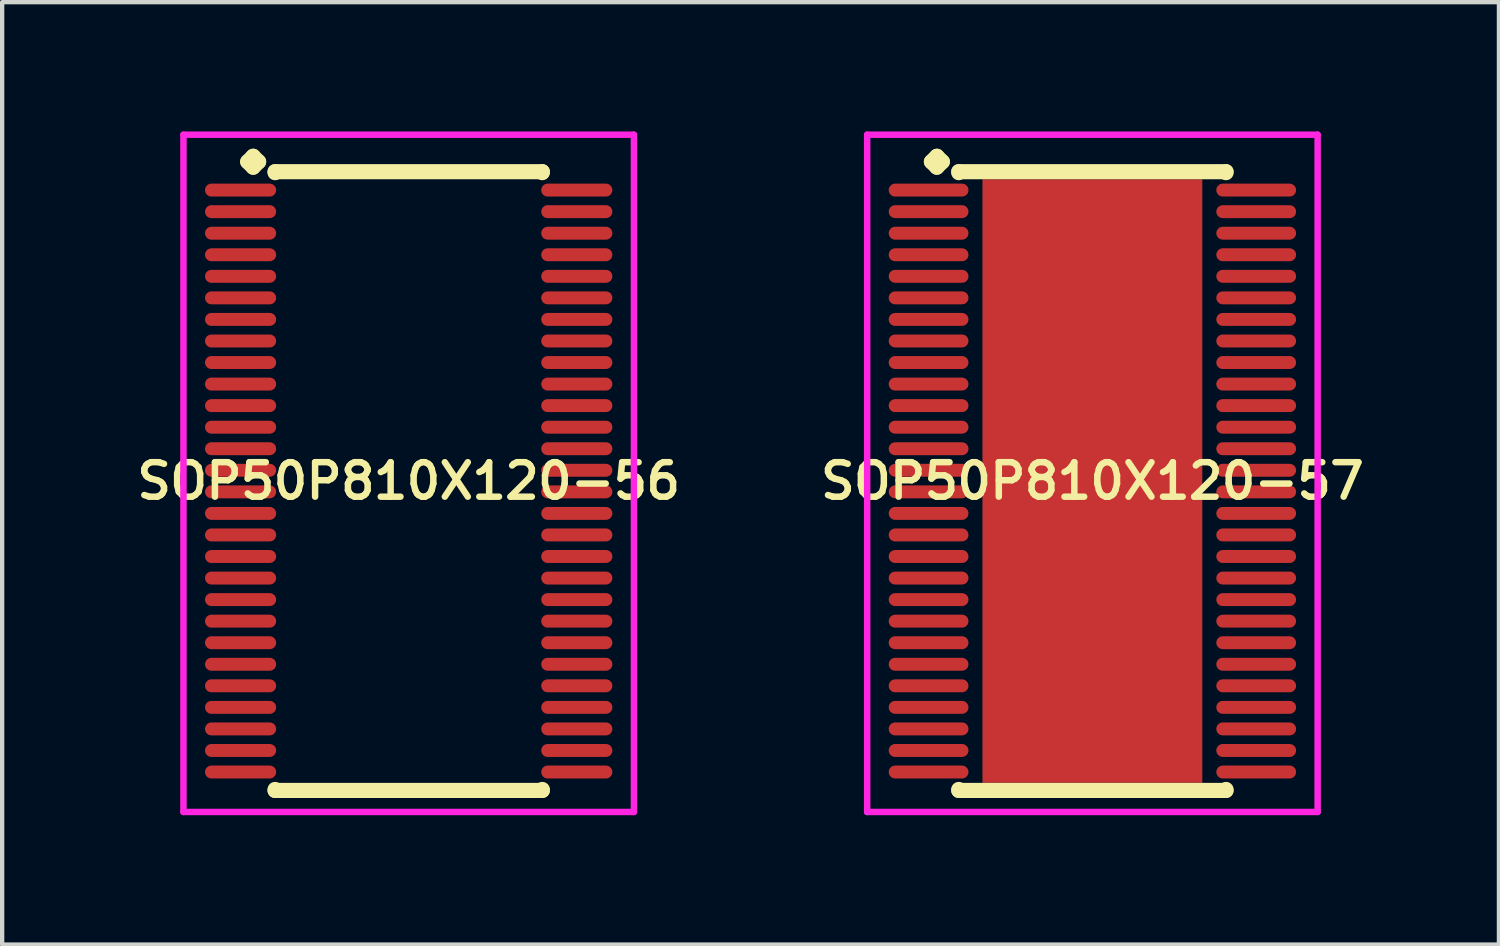
<source format=kicad_pcb>
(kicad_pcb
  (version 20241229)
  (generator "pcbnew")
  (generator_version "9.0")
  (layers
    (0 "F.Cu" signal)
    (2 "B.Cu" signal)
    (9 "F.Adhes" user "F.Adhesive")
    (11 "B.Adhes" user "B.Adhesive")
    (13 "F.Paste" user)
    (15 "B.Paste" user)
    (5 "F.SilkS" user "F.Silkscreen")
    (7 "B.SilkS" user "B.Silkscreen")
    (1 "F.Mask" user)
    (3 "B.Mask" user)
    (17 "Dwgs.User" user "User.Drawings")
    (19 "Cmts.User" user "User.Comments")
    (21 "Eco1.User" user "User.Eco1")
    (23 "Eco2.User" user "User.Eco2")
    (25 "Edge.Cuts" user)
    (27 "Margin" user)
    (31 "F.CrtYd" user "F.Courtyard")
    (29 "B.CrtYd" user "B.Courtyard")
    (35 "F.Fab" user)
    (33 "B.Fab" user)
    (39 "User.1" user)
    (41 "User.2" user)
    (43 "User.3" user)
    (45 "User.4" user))
  (footprint "SOP50P810X120-56"
    (layer "F.Cu")
    (at 6.431 8.11)
    (property "Reference" "SOP50P810X120-56" (at 0 0 0) (layer "F.SilkS") (effects (font (size 0.8 0.8) (thickness 0.15))))
    (attr smd)
    (fp_line (start -3.735 -7.408) (end -3.608 -7.535) (stroke (width 0.35) (type solid)) (layer "F.SilkS"))
    (fp_line (start -3.608 -7.535) (end -3.481 -7.408) (stroke (width 0.35) (type solid)) (layer "F.SilkS"))
    (fp_line (start -3.608 -7.281) (end -3.735 -7.408) (stroke (width 0.35) (type solid)) (layer "F.SilkS"))
    (fp_line (start -3.481 -7.408) (end -3.608 -7.281) (stroke (width 0.35) (type solid)) (layer "F.SilkS"))
    (fp_line (start -3.1 -7.177) (end 3.1 -7.177) (stroke (width 0.35) (type solid)) (layer "F.SilkS"))
    (fp_line (start -3.1 -7.154) (end -3.1 -7.177) (stroke (width 0.35) (type solid)) (layer "F.SilkS"))
    (fp_line (start -3.1 7.154) (end -3.1 7.177) (stroke (width 0.35) (type solid)) (layer "F.SilkS"))
    (fp_line (start -3.1 7.177) (end 3.1 7.177) (stroke (width 0.35) (type solid)) (layer "F.SilkS"))
    (fp_line (start 3.1 -7.177) (end 3.1 -7.154) (stroke (width 0.35) (type solid)) (layer "F.SilkS"))
    (fp_line (start 3.1 7.177) (end 3.1 7.154) (stroke (width 0.35) (type solid)) (layer "F.SilkS"))
    (fp_line (start -5.225 -8.035) (end 5.225 -8.035) (stroke (width 0.15) (type solid)) (layer "F.CrtYd"))
    (fp_line (start -5.225 7.677) (end -5.225 -8.035) (stroke (width 0.15) (type solid)) (layer "F.CrtYd"))
    (fp_line (start 5.225 -8.035) (end 5.225 7.677) (stroke (width 0.15) (type solid)) (layer "F.CrtYd"))
    (fp_line (start 5.225 7.677) (end -5.225 7.677) (stroke (width 0.15) (type solid)) (layer "F.CrtYd"))
    (pad "1" smd oval (at -3.9 -6.75) (size 1.65 0.3) (layers "F.Cu" "F.Mask" "F.Paste"))
    (pad "2" smd oval (at -3.9 -6.25) (size 1.65 0.3) (layers "F.Cu" "F.Mask" "F.Paste"))
    (pad "3" smd oval (at -3.9 -5.75) (size 1.65 0.3) (layers "F.Cu" "F.Mask" "F.Paste"))
    (pad "4" smd oval (at -3.9 -5.25) (size 1.65 0.3) (layers "F.Cu" "F.Mask" "F.Paste"))
    (pad "5" smd oval (at -3.9 -4.75) (size 1.65 0.3) (layers "F.Cu" "F.Mask" "F.Paste"))
    (pad "6" smd oval (at -3.9 -4.25) (size 1.65 0.3) (layers "F.Cu" "F.Mask" "F.Paste"))
    (pad "7" smd oval (at -3.9 -3.75) (size 1.65 0.3) (layers "F.Cu" "F.Mask" "F.Paste"))
    (pad "8" smd oval (at -3.9 -3.25) (size 1.65 0.3) (layers "F.Cu" "F.Mask" "F.Paste"))
    (pad "9" smd oval (at -3.9 -2.75) (size 1.65 0.3) (layers "F.Cu" "F.Mask" "F.Paste"))
    (pad "10" smd oval (at -3.9 -2.25) (size 1.65 0.3) (layers "F.Cu" "F.Mask" "F.Paste"))
    (pad "11" smd oval (at -3.9 -1.75) (size 1.65 0.3) (layers "F.Cu" "F.Mask" "F.Paste"))
    (pad "12" smd oval (at -3.9 -1.25) (size 1.65 0.3) (layers "F.Cu" "F.Mask" "F.Paste"))
    (pad "13" smd oval (at -3.9 -0.75) (size 1.65 0.3) (layers "F.Cu" "F.Mask" "F.Paste"))
    (pad "14" smd oval (at -3.9 -0.25) (size 1.65 0.3) (layers "F.Cu" "F.Mask" "F.Paste"))
    (pad "15" smd oval (at -3.9 0.25) (size 1.65 0.3) (layers "F.Cu" "F.Mask" "F.Paste"))
    (pad "16" smd oval (at -3.9 0.75) (size 1.65 0.3) (layers "F.Cu" "F.Mask" "F.Paste"))
    (pad "17" smd oval (at -3.9 1.25) (size 1.65 0.3) (layers "F.Cu" "F.Mask" "F.Paste"))
    (pad "18" smd oval (at -3.9 1.75) (size 1.65 0.3) (layers "F.Cu" "F.Mask" "F.Paste"))
    (pad "19" smd oval (at -3.9 2.25) (size 1.65 0.3) (layers "F.Cu" "F.Mask" "F.Paste"))
    (pad "20" smd oval (at -3.9 2.75) (size 1.65 0.3) (layers "F.Cu" "F.Mask" "F.Paste"))
    (pad "21" smd oval (at -3.9 3.25) (size 1.65 0.3) (layers "F.Cu" "F.Mask" "F.Paste"))
    (pad "22" smd oval (at -3.9 3.75) (size 1.65 0.3) (layers "F.Cu" "F.Mask" "F.Paste"))
    (pad "23" smd oval (at -3.9 4.25) (size 1.65 0.3) (layers "F.Cu" "F.Mask" "F.Paste"))
    (pad "24" smd oval (at -3.9 4.75) (size 1.65 0.3) (layers "F.Cu" "F.Mask" "F.Paste"))
    (pad "25" smd oval (at -3.9 5.25) (size 1.65 0.3) (layers "F.Cu" "F.Mask" "F.Paste"))
    (pad "26" smd oval (at -3.9 5.75) (size 1.65 0.3) (layers "F.Cu" "F.Mask" "F.Paste"))
    (pad "27" smd oval (at -3.9 6.25) (size 1.65 0.3) (layers "F.Cu" "F.Mask" "F.Paste"))
    (pad "28" smd oval (at -3.9 6.75) (size 1.65 0.3) (layers "F.Cu" "F.Mask" "F.Paste"))
    (pad "29" smd oval (at 3.9 6.75) (size 1.65 0.3) (layers "F.Cu" "F.Mask" "F.Paste"))
    (pad "30" smd oval (at 3.9 6.25) (size 1.65 0.3) (layers "F.Cu" "F.Mask" "F.Paste"))
    (pad "31" smd oval (at 3.9 5.75) (size 1.65 0.3) (layers "F.Cu" "F.Mask" "F.Paste"))
    (pad "32" smd oval (at 3.9 5.25) (size 1.65 0.3) (layers "F.Cu" "F.Mask" "F.Paste"))
    (pad "33" smd oval (at 3.9 4.75) (size 1.65 0.3) (layers "F.Cu" "F.Mask" "F.Paste"))
    (pad "34" smd oval (at 3.9 4.25) (size 1.65 0.3) (layers "F.Cu" "F.Mask" "F.Paste"))
    (pad "35" smd oval (at 3.9 3.75) (size 1.65 0.3) (layers "F.Cu" "F.Mask" "F.Paste"))
    (pad "36" smd oval (at 3.9 3.25) (size 1.65 0.3) (layers "F.Cu" "F.Mask" "F.Paste"))
    (pad "37" smd oval (at 3.9 2.75) (size 1.65 0.3) (layers "F.Cu" "F.Mask" "F.Paste"))
    (pad "38" smd oval (at 3.9 2.25) (size 1.65 0.3) (layers "F.Cu" "F.Mask" "F.Paste"))
    (pad "39" smd oval (at 3.9 1.75) (size 1.65 0.3) (layers "F.Cu" "F.Mask" "F.Paste"))
    (pad "40" smd oval (at 3.9 1.25) (size 1.65 0.3) (layers "F.Cu" "F.Mask" "F.Paste"))
    (pad "41" smd oval (at 3.9 0.75) (size 1.65 0.3) (layers "F.Cu" "F.Mask" "F.Paste"))
    (pad "42" smd oval (at 3.9 0.25) (size 1.65 0.3) (layers "F.Cu" "F.Mask" "F.Paste"))
    (pad "43" smd oval (at 3.9 -0.25) (size 1.65 0.3) (layers "F.Cu" "F.Mask" "F.Paste"))
    (pad "44" smd oval (at 3.9 -0.75) (size 1.65 0.3) (layers "F.Cu" "F.Mask" "F.Paste"))
    (pad "45" smd oval (at 3.9 -1.25) (size 1.65 0.3) (layers "F.Cu" "F.Mask" "F.Paste"))
    (pad "46" smd oval (at 3.9 -1.75) (size 1.65 0.3) (layers "F.Cu" "F.Mask" "F.Paste"))
    (pad "47" smd oval (at 3.9 -2.25) (size 1.65 0.3) (layers "F.Cu" "F.Mask" "F.Paste"))
    (pad "48" smd oval (at 3.9 -2.75) (size 1.65 0.3) (layers "F.Cu" "F.Mask" "F.Paste"))
    (pad "49" smd oval (at 3.9 -3.25) (size 1.65 0.3) (layers "F.Cu" "F.Mask" "F.Paste"))
    (pad "50" smd oval (at 3.9 -3.75) (size 1.65 0.3) (layers "F.Cu" "F.Mask" "F.Paste"))
    (pad "51" smd oval (at 3.9 -4.25) (size 1.65 0.3) (layers "F.Cu" "F.Mask" "F.Paste"))
    (pad "52" smd oval (at 3.9 -4.75) (size 1.65 0.3) (layers "F.Cu" "F.Mask" "F.Paste"))
    (pad "53" smd oval (at 3.9 -5.25) (size 1.65 0.3) (layers "F.Cu" "F.Mask" "F.Paste"))
    (pad "54" smd oval (at 3.9 -5.75) (size 1.65 0.3) (layers "F.Cu" "F.Mask" "F.Paste"))
    (pad "55" smd oval (at 3.9 -6.25) (size 1.65 0.3) (layers "F.Cu" "F.Mask" "F.Paste"))
    (pad "56" smd oval (at 3.9 -6.75) (size 1.65 0.3) (layers "F.Cu" "F.Mask" "F.Paste")))
  (footprint "SOP50P810X120-57"
    (layer "F.Cu")
    (at 22.292 8.11)
    (property "Reference" "SOP50P810X120-57" (at 0 0 0) (layer "F.SilkS") (effects (font (size 0.8 0.8) (thickness 0.15))))
    (attr smd)
    (fp_line (start -3.735 -7.408) (end -3.608 -7.535) (stroke (width 0.35) (type solid)) (layer "F.SilkS"))
    (fp_line (start -3.608 -7.535) (end -3.481 -7.408) (stroke (width 0.35) (type solid)) (layer "F.SilkS"))
    (fp_line (start -3.608 -7.281) (end -3.735 -7.408) (stroke (width 0.35) (type solid)) (layer "F.SilkS"))
    (fp_line (start -3.481 -7.408) (end -3.608 -7.281) (stroke (width 0.35) (type solid)) (layer "F.SilkS"))
    (fp_line (start -3.1 -7.177) (end 3.1 -7.177) (stroke (width 0.35) (type solid)) (layer "F.SilkS"))
    (fp_line (start -3.1 -7.154) (end -3.1 -7.177) (stroke (width 0.35) (type solid)) (layer "F.SilkS"))
    (fp_line (start -3.1 7.154) (end -3.1 7.177) (stroke (width 0.35) (type solid)) (layer "F.SilkS"))
    (fp_line (start -3.1 7.177) (end 3.1 7.177) (stroke (width 0.35) (type solid)) (layer "F.SilkS"))
    (fp_line (start 3.1 -7.177) (end 3.1 -7.154) (stroke (width 0.35) (type solid)) (layer "F.SilkS"))
    (fp_line (start 3.1 7.177) (end 3.1 7.154) (stroke (width 0.35) (type solid)) (layer "F.SilkS"))
    (fp_line (start -5.225 -8.035) (end 5.225 -8.035) (stroke (width 0.15) (type solid)) (layer "F.CrtYd"))
    (fp_line (start -5.225 7.677) (end -5.225 -8.035) (stroke (width 0.15) (type solid)) (layer "F.CrtYd"))
    (fp_line (start 5.225 -8.035) (end 5.225 7.677) (stroke (width 0.15) (type solid)) (layer "F.CrtYd"))
    (fp_line (start 5.225 7.677) (end -5.225 7.677) (stroke (width 0.15) (type solid)) (layer "F.CrtYd"))
    (pad "1" smd oval (at -3.8 -6.75) (size 1.85 0.3) (layers "F.Cu" "F.Mask" "F.Paste"))
    (pad "2" smd oval (at -3.8 -6.25) (size 1.85 0.3) (layers "F.Cu" "F.Mask" "F.Paste"))
    (pad "3" smd oval (at -3.8 -5.75) (size 1.85 0.3) (layers "F.Cu" "F.Mask" "F.Paste"))
    (pad "4" smd oval (at -3.8 -5.25) (size 1.85 0.3) (layers "F.Cu" "F.Mask" "F.Paste"))
    (pad "5" smd oval (at -3.8 -4.75) (size 1.85 0.3) (layers "F.Cu" "F.Mask" "F.Paste"))
    (pad "6" smd oval (at -3.8 -4.25) (size 1.85 0.3) (layers "F.Cu" "F.Mask" "F.Paste"))
    (pad "7" smd oval (at -3.8 -3.75) (size 1.85 0.3) (layers "F.Cu" "F.Mask" "F.Paste"))
    (pad "8" smd oval (at -3.8 -3.25) (size 1.85 0.3) (layers "F.Cu" "F.Mask" "F.Paste"))
    (pad "9" smd oval (at -3.8 -2.75) (size 1.85 0.3) (layers "F.Cu" "F.Mask" "F.Paste"))
    (pad "10" smd oval (at -3.8 -2.25) (size 1.85 0.3) (layers "F.Cu" "F.Mask" "F.Paste"))
    (pad "11" smd oval (at -3.8 -1.75) (size 1.85 0.3) (layers "F.Cu" "F.Mask" "F.Paste"))
    (pad "12" smd oval (at -3.8 -1.25) (size 1.85 0.3) (layers "F.Cu" "F.Mask" "F.Paste"))
    (pad "13" smd oval (at -3.8 -0.75) (size 1.85 0.3) (layers "F.Cu" "F.Mask" "F.Paste"))
    (pad "14" smd oval (at -3.8 -0.25) (size 1.85 0.3) (layers "F.Cu" "F.Mask" "F.Paste"))
    (pad "15" smd oval (at -3.8 0.25) (size 1.85 0.3) (layers "F.Cu" "F.Mask" "F.Paste"))
    (pad "16" smd oval (at -3.8 0.75) (size 1.85 0.3) (layers "F.Cu" "F.Mask" "F.Paste"))
    (pad "17" smd oval (at -3.8 1.25) (size 1.85 0.3) (layers "F.Cu" "F.Mask" "F.Paste"))
    (pad "18" smd oval (at -3.8 1.75) (size 1.85 0.3) (layers "F.Cu" "F.Mask" "F.Paste"))
    (pad "19" smd oval (at -3.8 2.25) (size 1.85 0.3) (layers "F.Cu" "F.Mask" "F.Paste"))
    (pad "20" smd oval (at -3.8 2.75) (size 1.85 0.3) (layers "F.Cu" "F.Mask" "F.Paste"))
    (pad "21" smd oval (at -3.8 3.25) (size 1.85 0.3) (layers "F.Cu" "F.Mask" "F.Paste"))
    (pad "22" smd oval (at -3.8 3.75) (size 1.85 0.3) (layers "F.Cu" "F.Mask" "F.Paste"))
    (pad "23" smd oval (at -3.8 4.25) (size 1.85 0.3) (layers "F.Cu" "F.Mask" "F.Paste"))
    (pad "24" smd oval (at -3.8 4.75) (size 1.85 0.3) (layers "F.Cu" "F.Mask" "F.Paste"))
    (pad "25" smd oval (at -3.8 5.25) (size 1.85 0.3) (layers "F.Cu" "F.Mask" "F.Paste"))
    (pad "26" smd oval (at -3.8 5.75) (size 1.85 0.3) (layers "F.Cu" "F.Mask" "F.Paste"))
    (pad "27" smd oval (at -3.8 6.25) (size 1.85 0.3) (layers "F.Cu" "F.Mask" "F.Paste"))
    (pad "28" smd oval (at -3.8 6.75) (size 1.85 0.3) (layers "F.Cu" "F.Mask" "F.Paste"))
    (pad "29" smd oval (at 3.8 6.75) (size 1.85 0.3) (layers "F.Cu" "F.Mask" "F.Paste"))
    (pad "30" smd oval (at 3.8 6.25) (size 1.85 0.3) (layers "F.Cu" "F.Mask" "F.Paste"))
    (pad "31" smd oval (at 3.8 5.75) (size 1.85 0.3) (layers "F.Cu" "F.Mask" "F.Paste"))
    (pad "32" smd oval (at 3.8 5.25) (size 1.85 0.3) (layers "F.Cu" "F.Mask" "F.Paste"))
    (pad "33" smd oval (at 3.8 4.75) (size 1.85 0.3) (layers "F.Cu" "F.Mask" "F.Paste"))
    (pad "34" smd oval (at 3.8 4.25) (size 1.85 0.3) (layers "F.Cu" "F.Mask" "F.Paste"))
    (pad "35" smd oval (at 3.8 3.75) (size 1.85 0.3) (layers "F.Cu" "F.Mask" "F.Paste"))
    (pad "36" smd oval (at 3.8 3.25) (size 1.85 0.3) (layers "F.Cu" "F.Mask" "F.Paste"))
    (pad "37" smd oval (at 3.8 2.75) (size 1.85 0.3) (layers "F.Cu" "F.Mask" "F.Paste"))
    (pad "38" smd oval (at 3.8 2.25) (size 1.85 0.3) (layers "F.Cu" "F.Mask" "F.Paste"))
    (pad "39" smd oval (at 3.8 1.75) (size 1.85 0.3) (layers "F.Cu" "F.Mask" "F.Paste"))
    (pad "40" smd oval (at 3.8 1.25) (size 1.85 0.3) (layers "F.Cu" "F.Mask" "F.Paste"))
    (pad "41" smd oval (at 3.8 0.75) (size 1.85 0.3) (layers "F.Cu" "F.Mask" "F.Paste"))
    (pad "42" smd oval (at 3.8 0.25) (size 1.85 0.3) (layers "F.Cu" "F.Mask" "F.Paste"))
    (pad "43" smd oval (at 3.8 -0.25) (size 1.85 0.3) (layers "F.Cu" "F.Mask" "F.Paste"))
    (pad "44" smd oval (at 3.8 -0.75) (size 1.85 0.3) (layers "F.Cu" "F.Mask" "F.Paste"))
    (pad "45" smd oval (at 3.8 -1.25) (size 1.85 0.3) (layers "F.Cu" "F.Mask" "F.Paste"))
    (pad "46" smd oval (at 3.8 -1.75) (size 1.85 0.3) (layers "F.Cu" "F.Mask" "F.Paste"))
    (pad "47" smd oval (at 3.8 -2.25) (size 1.85 0.3) (layers "F.Cu" "F.Mask" "F.Paste"))
    (pad "48" smd oval (at 3.8 -2.75) (size 1.85 0.3) (layers "F.Cu" "F.Mask" "F.Paste"))
    (pad "49" smd oval (at 3.8 -3.25) (size 1.85 0.3) (layers "F.Cu" "F.Mask" "F.Paste"))
    (pad "50" smd oval (at 3.8 -3.75) (size 1.85 0.3) (layers "F.Cu" "F.Mask" "F.Paste"))
    (pad "51" smd oval (at 3.8 -4.25) (size 1.85 0.3) (layers "F.Cu" "F.Mask" "F.Paste"))
    (pad "52" smd oval (at 3.8 -4.75) (size 1.85 0.3) (layers "F.Cu" "F.Mask" "F.Paste"))
    (pad "53" smd oval (at 3.8 -5.25) (size 1.85 0.3) (layers "F.Cu" "F.Mask" "F.Paste"))
    (pad "54" smd oval (at 3.8 -5.75) (size 1.85 0.3) (layers "F.Cu" "F.Mask" "F.Paste"))
    (pad "55" smd oval (at 3.8 -6.25) (size 1.85 0.3) (layers "F.Cu" "F.Mask" "F.Paste"))
    (pad "56" smd oval (at 3.8 -6.75) (size 1.85 0.3) (layers "F.Cu" "F.Mask" "F.Paste"))
    (pad "57" smd rect (at 0 0) (size 5.1 14) (layers "F.Cu" "F.Mask" "F.Paste")))
  (gr_rect
    (start -3 -3)
    (end 31.723 18.862)
    (stroke (width 0.1) (type default))
    (fill no)
    (layer "Edge.Cuts")))
</source>
